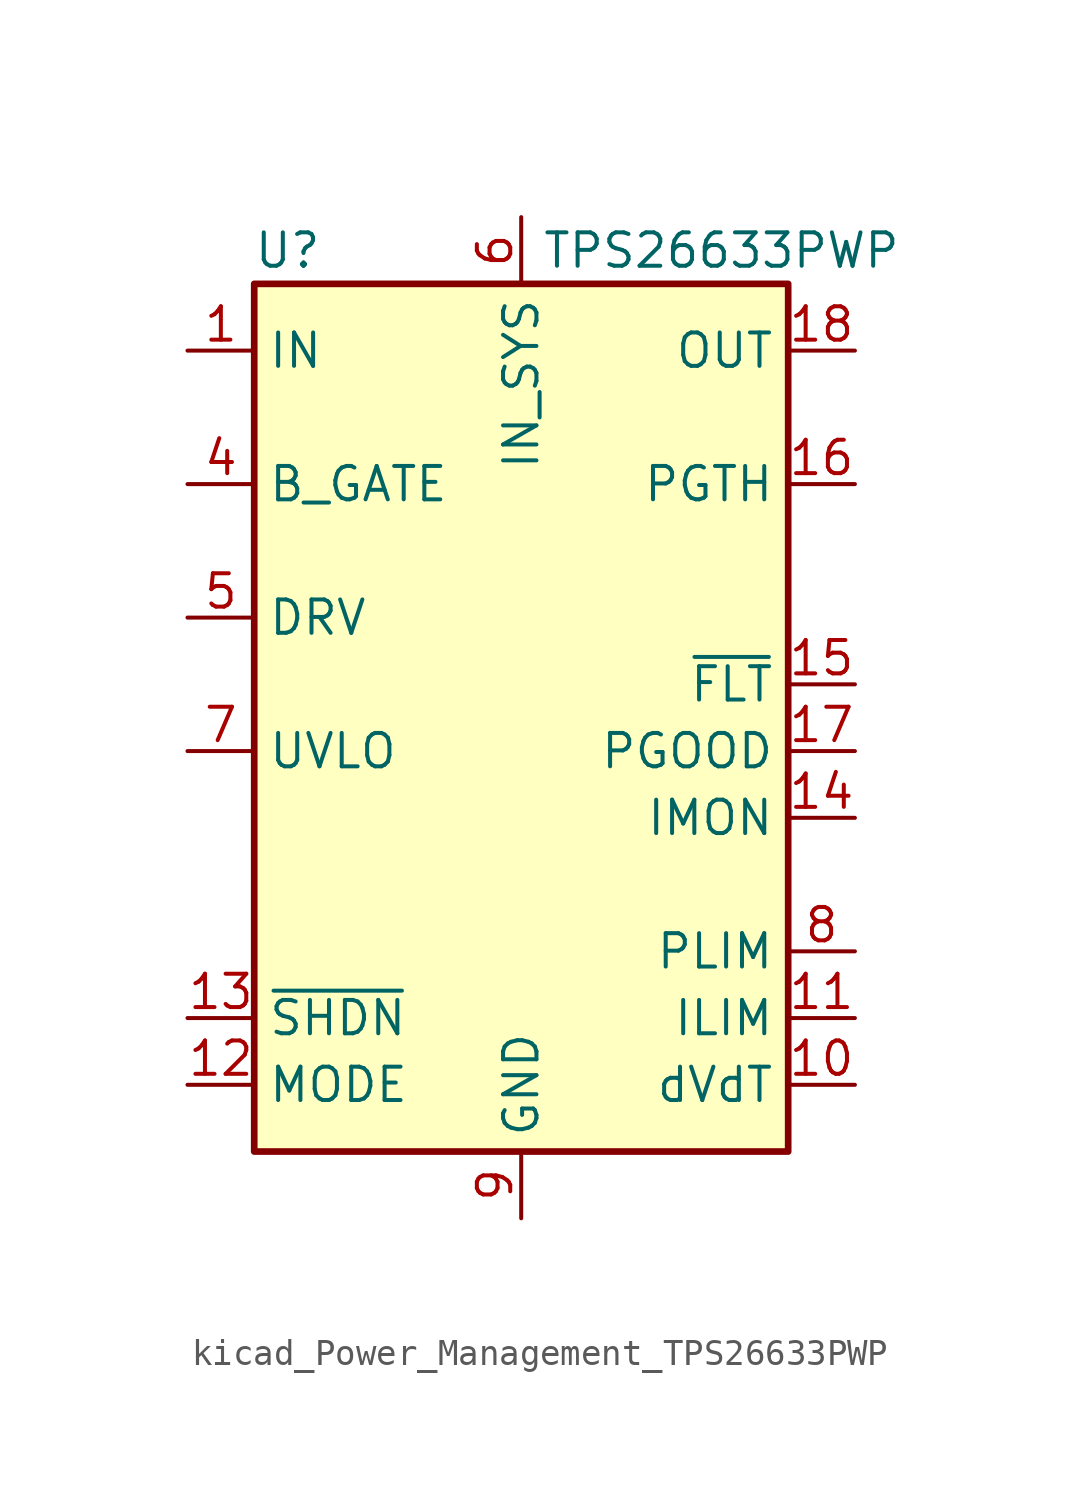
<source format=kicad_sym>
(kicad_symbol_lib
  (version 20220914)
  (generator kicad_symbol_editor)
  (symbol "kicad_Power_Management_TPS26633PWP"
    (property "Reference" "U"
      (at -8.89 16.51 0)
      (effects (font (size 1.27 1.27))))
    (property "Value" "TPS26633PWP"
      (at 7.62 16.51 0)
      (effects (font (size 1.27 1.27))))
    (symbol "kicad_Power_Management_TPS26633PWP_0_1"
      (rectangle (start -10.16 15.24) (end 10.16 -17.78) (stroke (width 0.254) (type default)) (fill (type background))))
    (symbol "kicad_Power_Management_TPS26633PWP_1_1"
      (pin power_in line (at -12.7 12.7 0) (length 2.54) (name "IN" (effects (font (size 1.27 1.27)))) (number "1" (effects (font (size 1.27 1.27)))))
      (pin passive line (at 12.7 -15.24 180) (length 2.54) (name "dVdT" (effects (font (size 1.27 1.27)))) (number "10" (effects (font (size 1.27 1.27)))))
      (pin passive line (at 12.7 -12.7 180) (length 2.54) (name "ILIM" (effects (font (size 1.27 1.27)))) (number "11" (effects (font (size 1.27 1.27)))))
      (pin input line (at -12.7 -15.24 0) (length 2.54) (name "MODE" (effects (font (size 1.27 1.27)))) (number "12" (effects (font (size 1.27 1.27)))))
      (pin input line (at -12.7 -12.7 0) (length 2.54) (name "~{SHDN}" (effects (font (size 1.27 1.27)))) (number "13" (effects (font (size 1.27 1.27)))))
      (pin output line (at 12.7 -5.08 180) (length 2.54) (name "IMON" (effects (font (size 1.27 1.27)))) (number "14" (effects (font (size 1.27 1.27)))))
      (pin open_collector line (at 12.7 0 180) (length 2.54) (name "~{FLT}" (effects (font (size 1.27 1.27)))) (number "15" (effects (font (size 1.27 1.27)))))
      (pin input line (at 12.7 7.62 180) (length 2.54) (name "PGTH" (effects (font (size 1.27 1.27)))) (number "16" (effects (font (size 1.27 1.27)))))
      (pin output line (at 12.7 -2.54 180) (length 2.54) (name "PGOOD" (effects (font (size 1.27 1.27)))) (number "17" (effects (font (size 1.27 1.27)))))
      (pin power_out line (at 12.7 12.7 180) (length 2.54) (name "OUT" (effects (font (size 1.27 1.27)))) (number "18" (effects (font (size 1.27 1.27)))))
      (pin passive line (at 12.7 12.7 180) (length 2.54) hide (name "OUT" (effects (font (size 1.27 1.27)))) (number "19" (effects (font (size 1.27 1.27)))))
      (pin passive line (at -12.7 12.7 0) (length 2.54) hide (name "IN" (effects (font (size 1.27 1.27)))) (number "2" (effects (font (size 1.27 1.27)))))
      (pin passive line (at 12.7 12.7 180) (length 2.54) hide (name "OUT" (effects (font (size 1.27 1.27)))) (number "20" (effects (font (size 1.27 1.27)))))
      (pin passive line (at 0 -20.32 90) (length 2.54) hide (name "GND" (effects (font (size 1.27 1.27)))) (number "21" (effects (font (size 1.27 1.27)))))
      (pin passive line (at -12.7 12.7 0) (length 2.54) hide (name "IN" (effects (font (size 1.27 1.27)))) (number "3" (effects (font (size 1.27 1.27)))))
      (pin output line (at -12.7 7.62 0) (length 2.54) (name "B_GATE" (effects (font (size 1.27 1.27)))) (number "4" (effects (font (size 1.27 1.27)))))
      (pin output line (at -12.7 2.54 0) (length 2.54) (name "DRV" (effects (font (size 1.27 1.27)))) (number "5" (effects (font (size 1.27 1.27)))))
      (pin power_in line (at 0 17.78 270) (length 2.54) (name "IN_SYS" (effects (font (size 1.27 1.27)))) (number "6" (effects (font (size 1.27 1.27)))))
      (pin input line (at -12.7 -2.54 0) (length 2.54) (name "UVLO" (effects (font (size 1.27 1.27)))) (number "7" (effects (font (size 1.27 1.27)))))
      (pin passive line (at 12.7 -10.16 180) (length 2.54) (name "PLIM" (effects (font (size 1.27 1.27)))) (number "8" (effects (font (size 1.27 1.27)))))
      (pin power_in line (at 0 -20.32 90) (length 2.54) (name "GND" (effects (font (size 1.27 1.27)))) (number "9" (effects (font (size 1.27 1.27))))))))
</source>
